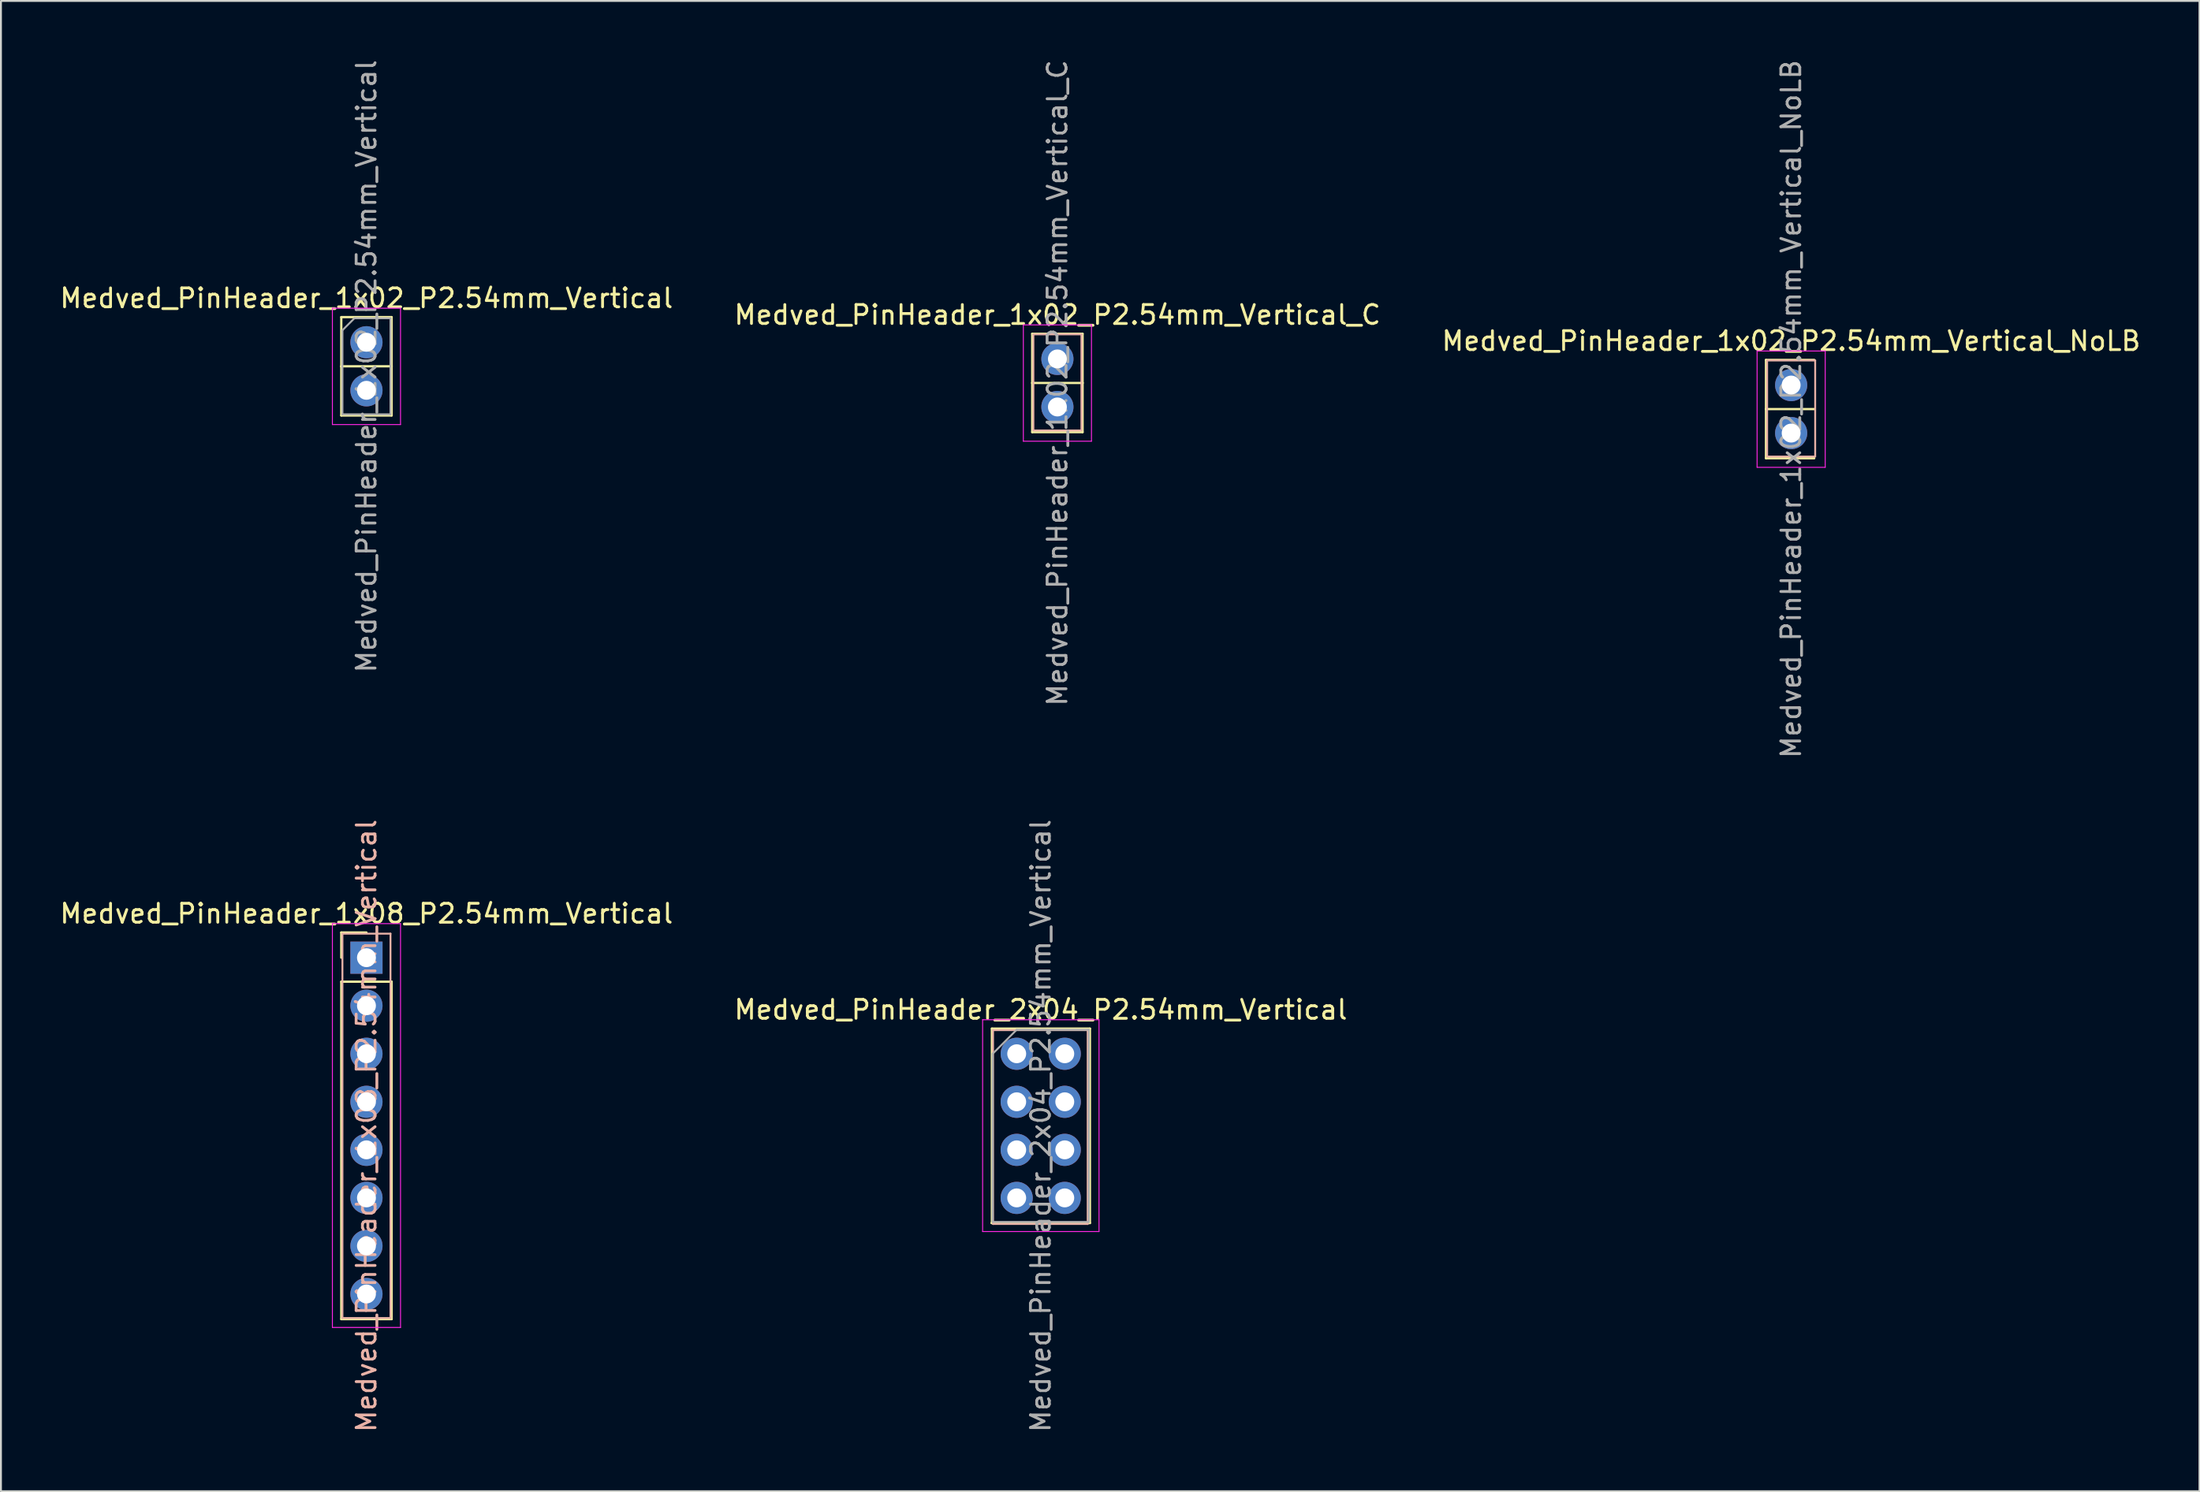
<source format=kicad_pcb>
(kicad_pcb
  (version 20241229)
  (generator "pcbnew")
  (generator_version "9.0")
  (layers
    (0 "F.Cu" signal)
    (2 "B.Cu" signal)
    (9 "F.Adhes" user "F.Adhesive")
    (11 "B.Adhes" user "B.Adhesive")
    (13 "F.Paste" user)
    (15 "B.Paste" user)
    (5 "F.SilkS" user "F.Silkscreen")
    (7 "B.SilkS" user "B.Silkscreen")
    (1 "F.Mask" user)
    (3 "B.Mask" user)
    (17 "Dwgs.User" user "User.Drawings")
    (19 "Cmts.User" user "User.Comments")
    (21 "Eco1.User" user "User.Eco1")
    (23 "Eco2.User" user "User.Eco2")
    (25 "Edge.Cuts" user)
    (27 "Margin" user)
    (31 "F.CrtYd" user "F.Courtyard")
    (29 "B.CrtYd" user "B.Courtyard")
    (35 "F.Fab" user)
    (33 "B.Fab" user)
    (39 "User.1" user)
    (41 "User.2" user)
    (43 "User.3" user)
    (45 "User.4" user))
  (footprint "Medved_PinHeader_1x02_P2.54mm_Vertical_NoLB"
    (layer "F.Cu")
    (at 91.601 17.307)
    (property "Reference" "Medved_PinHeader_1x02_P2.54mm_Vertical_NoLB" (at 0 -2.33 0) (layer "F.SilkS") (effects (font (size 1 1) (thickness 0.15))))
    (attr through_hole)
    (fp_line (start -1.33 -1.33) (end 1.22 -1.33) (stroke (width 0.12) (type solid)) (layer "F.SilkS"))
    (fp_line (start -1.33 1.27) (end -1.33 -1.33) (stroke (width 0.12) (type solid)) (layer "F.SilkS"))
    (fp_line (start -1.33 1.27) (end -1.33 3.87) (stroke (width 0.12) (type solid)) (layer "F.SilkS"))
    (fp_line (start -1.33 1.27) (end 1.22 1.27) (stroke (width 0.12) (type solid)) (layer "F.SilkS"))
    (fp_line (start -1.33 3.87) (end 1.22 3.87) (stroke (width 0.12) (type solid)) (layer "F.SilkS"))
    (fp_line (start -1.27 3.77) (end -1.27 -1.3) (stroke (width 0.1) (type solid)) (layer "B.SilkS"))
    (fp_line (start -1.26 -1.3) (end 1.27 -1.3) (stroke (width 0.1) (type solid)) (layer "B.SilkS"))
    (fp_line (start 1.27 3.78) (end -1.27 3.78) (stroke (width 0.1) (type solid)) (layer "B.SilkS"))
    (fp_line (start 1.27 -1.3) (end 1.27 3.77) (stroke (width 0.1) (type solid)) (layer "B.SilkS"))
    (fp_line (start -1.8 -1.8) (end -1.8 4.35) (stroke (width 0.05) (type solid)) (layer "F.CrtYd"))
    (fp_line (start -1.8 4.35) (end 1.8 4.35) (stroke (width 0.05) (type solid)) (layer "F.CrtYd"))
    (fp_line (start 1.8 -1.8) (end -1.8 -1.8) (stroke (width 0.05) (type solid)) (layer "F.CrtYd"))
    (fp_line (start 1.8 4.35) (end 1.8 -1.8) (stroke (width 0.05) (type solid)) (layer "F.CrtYd"))
    (fp_text user "${REFERENCE}" (at 0 1.27 90) (layer "F.Fab") (effects (font (size 1 1) (thickness 0.15))))
    (pad "1" thru_hole oval (at 0 0) (size 1.7 1.7) (drill 1) (layers "*.Cu" "*.Mask"))
    (pad "2" thru_hole oval (at 0 2.54) (size 1.7 1.7) (drill 1) (layers "*.Cu" "*.Mask")))
  (footprint "Medved_PinHeader_2x04_P2.54mm_Vertical"
    (layer "F.Cu")
    (at 50.676 52.66)
    (property "Reference" "Medved_PinHeader_2x04_P2.54mm_Vertical" (at 1.27 -2.33 0) (layer "F.SilkS") (effects (font (size 1 1) (thickness 0.15))))
    (attr through_hole)
    (fp_line (start -1.33 8.95) (end 3.87 8.95) (stroke (width 0.12) (type solid)) (layer "F.SilkS"))
    (fp_line (start -1.31 8.95) (end -1.31 -1.33) (stroke (width 0.12) (type solid)) (layer "F.SilkS"))
    (fp_line (start 3.87 -1.33) (end -1.31 -1.33) (stroke (width 0.12) (type solid)) (layer "F.SilkS"))
    (fp_line (start 3.87 -1.33) (end 3.87 8.95) (stroke (width 0.12) (type solid)) (layer "F.SilkS"))
    (fp_line (start -1.25 -1.25) (end -1.25 9) (stroke (width 0.1) (type default)) (layer "B.SilkS"))
    (fp_line (start -1.25 9) (end 3.75 9) (stroke (width 0.1) (type default)) (layer "B.SilkS"))
    (fp_line (start 3.75 -1.25) (end -1.25 -1.25) (stroke (width 0.1) (type default)) (layer "B.SilkS"))
    (fp_line (start 3.75 9) (end 3.75 -1.25) (stroke (width 0.1) (type default)) (layer "B.SilkS"))
    (fp_line (start -1.8 -1.8) (end -1.8 9.4) (stroke (width 0.05) (type solid)) (layer "F.CrtYd"))
    (fp_line (start -1.8 9.4) (end 4.35 9.4) (stroke (width 0.05) (type solid)) (layer "F.CrtYd"))
    (fp_line (start 4.35 -1.8) (end -1.8 -1.8) (stroke (width 0.05) (type solid)) (layer "F.CrtYd"))
    (fp_line (start 4.35 9.4) (end 4.35 -1.8) (stroke (width 0.05) (type solid)) (layer "F.CrtYd"))
    (fp_line (start -1.27 0) (end 0 -1.27) (stroke (width 0.1) (type solid)) (layer "F.Fab"))
    (fp_line (start -1.27 8.89) (end -1.27 0) (stroke (width 0.1) (type solid)) (layer "F.Fab"))
    (fp_line (start 0 -1.27) (end 3.81 -1.27) (stroke (width 0.1) (type solid)) (layer "F.Fab"))
    (fp_line (start 3.81 -1.27) (end 3.81 8.89) (stroke (width 0.1) (type solid)) (layer "F.Fab"))
    (fp_line (start 3.81 8.89) (end -1.27 8.89) (stroke (width 0.1) (type solid)) (layer "F.Fab"))
    (fp_text user "${REFERENCE}" (at 1.27 3.81 90) (layer "F.Fab") (effects (font (size 1 1) (thickness 0.15))))
    (pad "1" thru_hole circle (at 0 0) (size 1.7 1.7) (drill 1) (layers "*.Cu" "*.Mask"))
    (pad "2" thru_hole oval (at 2.54 0) (size 1.7 1.7) (drill 1) (layers "*.Cu" "*.Mask"))
    (pad "3" thru_hole oval (at 0 2.54) (size 1.7 1.7) (drill 1) (layers "*.Cu" "*.Mask"))
    (pad "4" thru_hole oval (at 2.54 2.54) (size 1.7 1.7) (drill 1) (layers "*.Cu" "*.Mask"))
    (pad "5" thru_hole oval (at 0 5.08) (size 1.7 1.7) (drill 1) (layers "*.Cu" "*.Mask"))
    (pad "6" thru_hole oval (at 2.54 5.08) (size 1.7 1.7) (drill 1) (layers "*.Cu" "*.Mask"))
    (pad "7" thru_hole oval (at 0 7.62) (size 1.7 1.7) (drill 1) (layers "*.Cu" "*.Mask"))
    (pad "8" thru_hole oval (at 2.54 7.62) (size 1.7 1.7) (drill 1) (layers "*.Cu" "*.Mask")))
  (footprint "Medved_PinHeader_1x02_P2.54mm_Vertical"
    (layer "F.Cu")
    (at 16.315 15.045)
    (property "Reference" "Medved_PinHeader_1x02_P2.54mm_Vertical" (at 0 -2.33 0) (layer "F.SilkS") (effects (font (size 1 1) (thickness 0.15))))
    (attr through_hole)
    (fp_line (start -1.33 -1.33) (end 1.33 -1.33) (stroke (width 0.12) (type solid)) (layer "F.SilkS"))
    (fp_line (start -1.33 1.27) (end -1.33 -1.33) (stroke (width 0.12) (type solid)) (layer "F.SilkS"))
    (fp_line (start -1.33 1.27) (end -1.33 3.87) (stroke (width 0.12) (type solid)) (layer "F.SilkS"))
    (fp_line (start -1.33 1.27) (end 1.33 1.27) (stroke (width 0.12) (type solid)) (layer "F.SilkS"))
    (fp_line (start -1.33 3.87) (end 1.33 3.87) (stroke (width 0.12) (type solid)) (layer "F.SilkS"))
    (fp_line (start 1.33 1.27) (end 1.33 -1.33) (stroke (width 0.12) (type solid)) (layer "F.SilkS"))
    (fp_line (start 1.33 1.27) (end 1.33 3.87) (stroke (width 0.12) (type solid)) (layer "F.SilkS"))
    (fp_line (start -1.8 -1.8) (end -1.8 4.35) (stroke (width 0.05) (type solid)) (layer "F.CrtYd"))
    (fp_line (start -1.8 4.35) (end 1.8 4.35) (stroke (width 0.05) (type solid)) (layer "F.CrtYd"))
    (fp_line (start 1.8 -1.8) (end -1.8 -1.8) (stroke (width 0.05) (type solid)) (layer "F.CrtYd"))
    (fp_line (start 1.8 4.35) (end 1.8 -1.8) (stroke (width 0.05) (type solid)) (layer "F.CrtYd"))
    (fp_line (start -1.27 -0.635) (end -0.635 -1.27) (stroke (width 0.1) (type solid)) (layer "F.Fab"))
    (fp_line (start -1.27 3.81) (end -1.27 -0.635) (stroke (width 0.1) (type solid)) (layer "F.Fab"))
    (fp_line (start -0.635 -1.27) (end 1.27 -1.27) (stroke (width 0.1) (type solid)) (layer "F.Fab"))
    (fp_line (start 1.27 -1.27) (end 1.27 3.81) (stroke (width 0.1) (type solid)) (layer "F.Fab"))
    (fp_line (start 1.27 3.81) (end -1.27 3.81) (stroke (width 0.1) (type solid)) (layer "F.Fab"))
    (fp_text user "${REFERENCE}" (at 0 1.27 90) (layer "F.Fab") (effects (font (size 1 1) (thickness 0.15))))
    (pad "1" thru_hole oval (at 0 0) (size 1.7 1.7) (drill 1) (layers "*.Cu" "*.Mask"))
    (pad "2" thru_hole oval (at 0 2.54) (size 1.7 1.7) (drill 1) (layers "*.Cu" "*.Mask")))
  (footprint "Medved_PinHeader_1x08_P2.54mm_Vertical"
    (layer "F.Cu")
    (at 16.315 47.58)
    (property "Reference" "Medved_PinHeader_1x08_P2.54mm_Vertical" (at 0 -2.33 0) (layer "F.SilkS") (effects (font (size 1 1) (thickness 0.15))))
    (attr through_hole)
    (fp_line (start -1.33 -1.33) (end 0 -1.33) (stroke (width 0.12) (type solid)) (layer "F.SilkS"))
    (fp_line (start -1.33 0) (end -1.33 -1.33) (stroke (width 0.12) (type solid)) (layer "F.SilkS"))
    (fp_line (start -1.33 1.27) (end -1.33 19.11) (stroke (width 0.12) (type solid)) (layer "F.SilkS"))
    (fp_line (start -1.33 1.27) (end 1.33 1.27) (stroke (width 0.12) (type solid)) (layer "F.SilkS"))
    (fp_line (start -1.33 19.11) (end 1.33 19.11) (stroke (width 0.12) (type solid)) (layer "F.SilkS"))
    (fp_line (start 1.33 1.27) (end 1.33 19.11) (stroke (width 0.12) (type solid)) (layer "F.SilkS"))
    (fp_line (start -1.27 19.05) (end -1.27 -1.27) (stroke (width 0.1) (type solid)) (layer "B.SilkS"))
    (fp_line (start 1.27 -1.27) (end -1.27 -1.27) (stroke (width 0.1) (type solid)) (layer "B.SilkS"))
    (fp_line (start 1.27 -1.27) (end 1.27 19.05) (stroke (width 0.1) (type solid)) (layer "B.SilkS"))
    (fp_line (start 1.27 19.05) (end -1.27 19.05) (stroke (width 0.1) (type solid)) (layer "B.SilkS"))
    (fp_line (start -1.8 -1.8) (end -1.8 19.55) (stroke (width 0.05) (type solid)) (layer "F.CrtYd"))
    (fp_line (start -1.8 19.55) (end 1.8 19.55) (stroke (width 0.05) (type solid)) (layer "F.CrtYd"))
    (fp_line (start 1.8 -1.8) (end -1.8 -1.8) (stroke (width 0.05) (type solid)) (layer "F.CrtYd"))
    (fp_line (start 1.8 19.55) (end 1.8 -1.8) (stroke (width 0.05) (type solid)) (layer "F.CrtYd"))
    (fp_text user "${REFERENCE}" (at 0 8.89 90) (layer "B.SilkS") (effects (font (size 1 1) (thickness 0.15))))
    (pad "1" thru_hole rect (at 0 0) (size 1.7 1.7) (drill 1) (layers "*.Cu" "*.Mask"))
    (pad "2" thru_hole oval (at 0 2.54) (size 1.7 1.7) (drill 1) (layers "*.Cu" "*.Mask"))
    (pad "3" thru_hole oval (at 0 5.08) (size 1.7 1.7) (drill 1) (layers "*.Cu" "*.Mask"))
    (pad "4" thru_hole oval (at 0 7.62) (size 1.7 1.7) (drill 1) (layers "*.Cu" "*.Mask"))
    (pad "5" thru_hole oval (at 0 10.16) (size 1.7 1.7) (drill 1) (layers "*.Cu" "*.Mask"))
    (pad "6" thru_hole oval (at 0 12.7) (size 1.7 1.7) (drill 1) (layers "*.Cu" "*.Mask"))
    (pad "7" thru_hole oval (at 0 15.24) (size 1.7 1.7) (drill 1) (layers "*.Cu" "*.Mask"))
    (pad "8" thru_hole oval (at 0 17.78) (size 1.7 1.7) (drill 1) (layers "*.Cu" "*.Mask")))
  (footprint "Medved_PinHeader_1x02_P2.54mm_Vertical_C"
    (layer "F.Cu")
    (at 52.827 15.926)
    (property "Reference" "Medved_PinHeader_1x02_P2.54mm_Vertical_C" (at 0 -2.33 0) (layer "F.SilkS") (effects (font (size 1 1) (thickness 0.15))))
    (attr through_hole)
    (fp_line (start -1.33 -1.33) (end 1.33 -1.33) (stroke (width 0.12) (type solid)) (layer "F.SilkS"))
    (fp_line (start -1.33 1.27) (end -1.33 -1.33) (stroke (width 0.12) (type solid)) (layer "F.SilkS"))
    (fp_line (start -1.33 1.27) (end -1.33 3.87) (stroke (width 0.12) (type solid)) (layer "F.SilkS"))
    (fp_line (start -1.33 1.27) (end 1.33 1.27) (stroke (width 0.12) (type solid)) (layer "F.SilkS"))
    (fp_line (start -1.33 3.87) (end 1.33 3.87) (stroke (width 0.12) (type solid)) (layer "F.SilkS"))
    (fp_line (start 1.33 1.27) (end 1.33 -1.33) (stroke (width 0.12) (type solid)) (layer "F.SilkS"))
    (fp_line (start 1.33 1.27) (end 1.33 3.87) (stroke (width 0.12) (type solid)) (layer "F.SilkS"))
    (fp_line (start -1.27 3.77) (end -1.27 -1.3) (stroke (width 0.1) (type solid)) (layer "B.SilkS"))
    (fp_line (start -1.26 -1.3) (end 1.27 -1.3) (stroke (width 0.1) (type solid)) (layer "B.SilkS"))
    (fp_line (start 1.27 3.78) (end -1.27 3.78) (stroke (width 0.1) (type solid)) (layer "B.SilkS"))
    (fp_line (start 1.27 -1.3) (end 1.27 3.77) (stroke (width 0.1) (type solid)) (layer "B.SilkS"))
    (fp_line (start -1.8 -1.8) (end -1.8 4.35) (stroke (width 0.05) (type solid)) (layer "F.CrtYd"))
    (fp_line (start -1.8 4.35) (end 1.8 4.35) (stroke (width 0.05) (type solid)) (layer "F.CrtYd"))
    (fp_line (start 1.8 -1.8) (end -1.8 -1.8) (stroke (width 0.05) (type solid)) (layer "F.CrtYd"))
    (fp_line (start 1.8 4.35) (end 1.8 -1.8) (stroke (width 0.05) (type solid)) (layer "F.CrtYd"))
    (fp_text user "${REFERENCE}" (at 0 1.27 90) (layer "F.Fab") (effects (font (size 1 1) (thickness 0.15))))
    (pad "1" thru_hole oval (at 0 0) (size 1.7 1.7) (drill 1) (layers "*.Cu" "*.Mask"))
    (pad "2" thru_hole circle (at 0 2.54) (size 1.7 1.7) (drill 1) (layers "*.Cu" "*.Mask")))
  (gr_rect
    (start -3 -3)
    (end 113.179 75.786)
    (stroke (width 0.1) (type default))
    (fill no)
    (layer "Edge.Cuts")))
</source>
